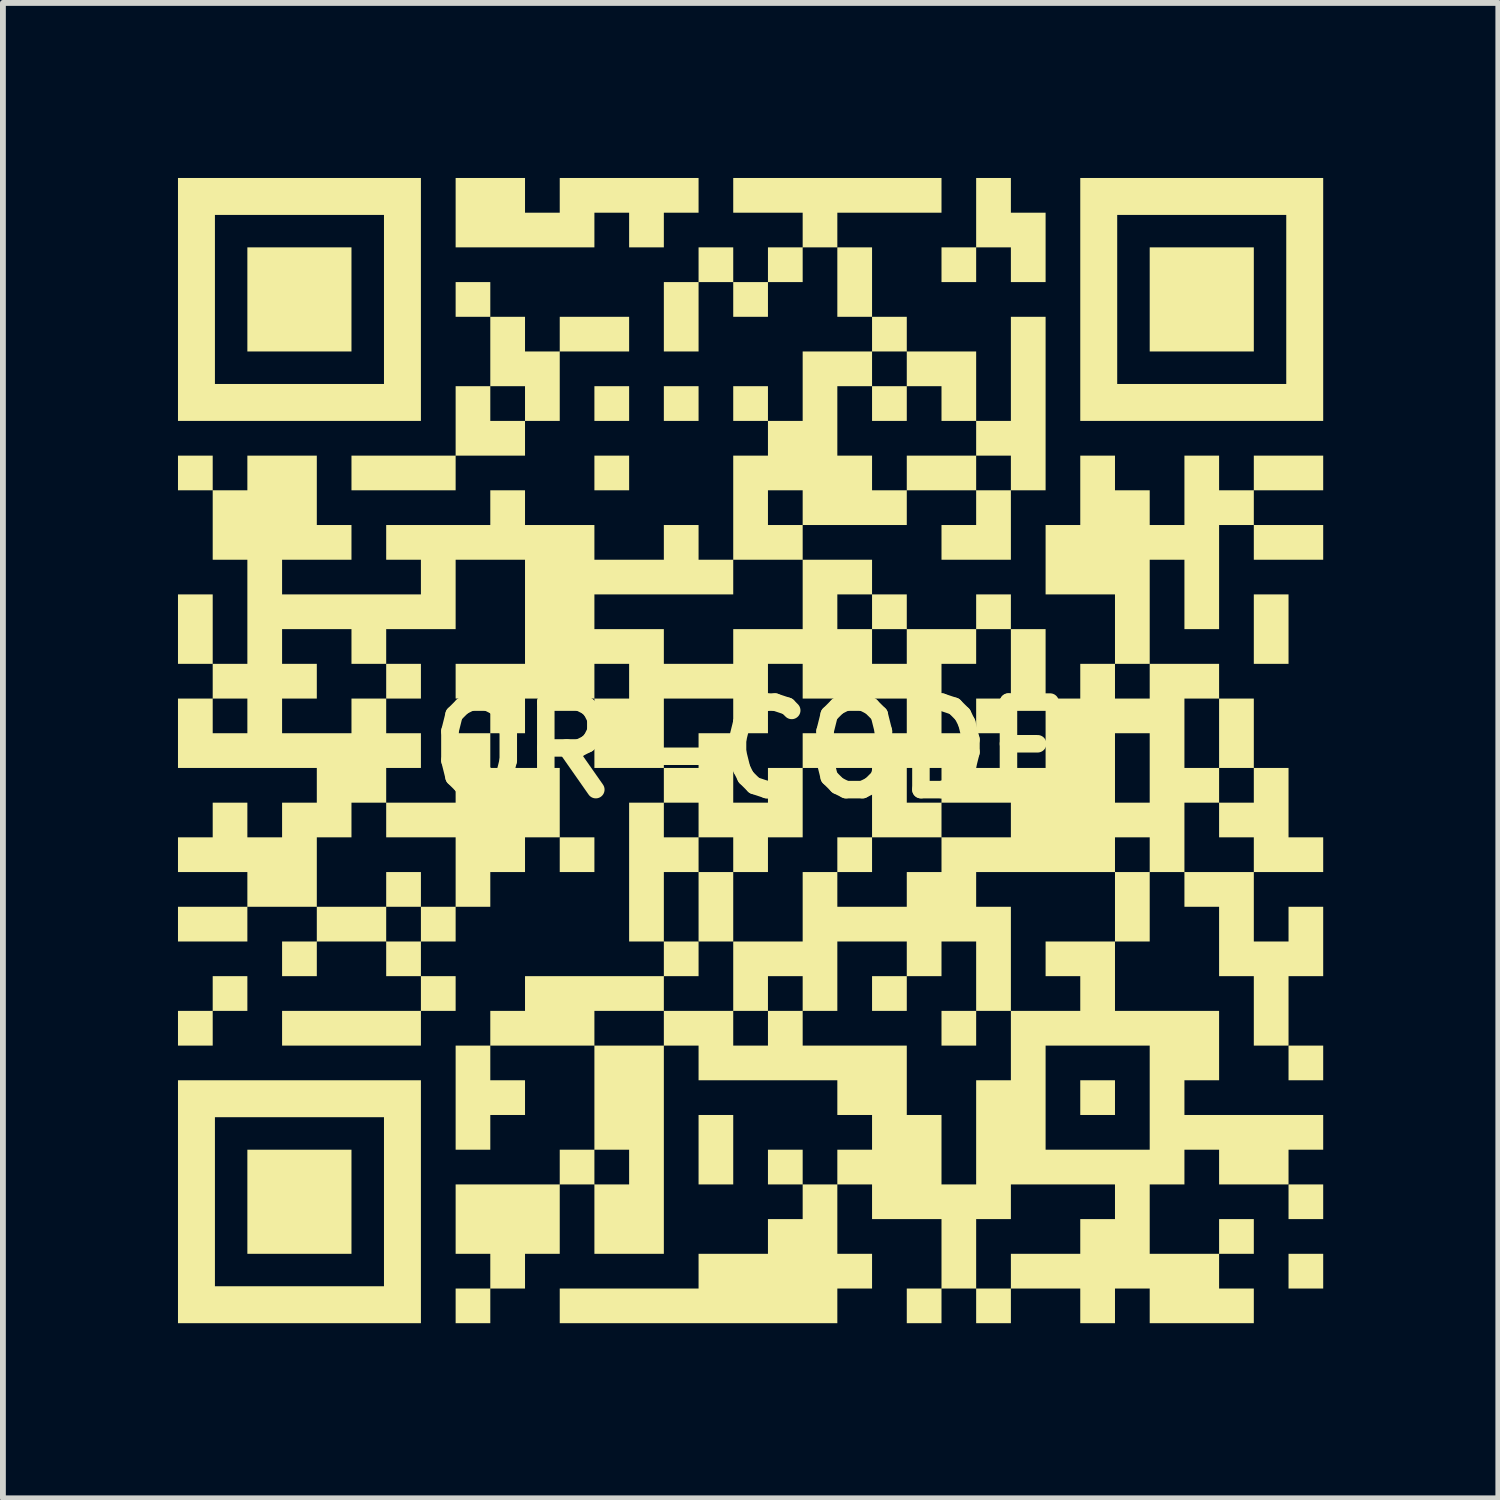
<source format=kicad_pcb>
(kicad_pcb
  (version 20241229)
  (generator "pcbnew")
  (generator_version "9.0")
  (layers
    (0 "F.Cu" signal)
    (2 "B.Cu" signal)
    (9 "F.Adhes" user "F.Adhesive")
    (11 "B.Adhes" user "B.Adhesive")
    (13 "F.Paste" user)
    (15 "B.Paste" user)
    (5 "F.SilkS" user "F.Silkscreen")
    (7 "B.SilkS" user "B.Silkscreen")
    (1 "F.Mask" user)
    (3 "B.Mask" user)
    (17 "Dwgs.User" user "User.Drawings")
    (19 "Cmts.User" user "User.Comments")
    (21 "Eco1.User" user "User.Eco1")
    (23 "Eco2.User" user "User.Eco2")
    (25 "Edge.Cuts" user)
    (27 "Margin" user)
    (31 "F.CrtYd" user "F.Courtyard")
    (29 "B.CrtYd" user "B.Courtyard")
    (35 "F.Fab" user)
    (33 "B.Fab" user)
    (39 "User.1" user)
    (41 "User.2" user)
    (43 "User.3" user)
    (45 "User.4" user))
  (footprint "QR-CODE"
    (layer "F.Cu")
    (at 9.803 9.803)
    (property "Reference" "QR-CODE" (at 0 0 0) (layer "F.SilkS") (effects (font (size 1.5 1.5) (thickness 0.3))))
    (attr board_only exclude_from_pos_files exclude_from_bom)
    (fp_poly (pts (xy -6.83 -7.722) (xy -6.83 -6.83) (xy -7.722 -6.83) (xy -8.614 -6.83) (xy -8.614 -7.722) (xy -8.614 -8.614) (xy -7.722 -8.614) (xy -6.83 -8.614)) (stroke (width 0) (type solid)) (fill yes) (layer "F.SilkS"))
    (fp_poly (pts (xy -6.83 7.741) (xy -6.83 8.633) (xy -7.722 8.633) (xy -8.614 8.633) (xy -8.614 7.741) (xy -8.614 6.849) (xy -7.722 6.849) (xy -6.83 6.849)) (stroke (width 0) (type solid)) (fill yes) (layer "F.SilkS"))
    (fp_poly (pts (xy -5.64 -1.18) (xy -5.64 -0.882) (xy -5.938 -0.882) (xy -6.235 -0.882) (xy -6.235 -1.18) (xy -6.235 -1.477) (xy -5.938 -1.477) (xy -5.64 -1.477)) (stroke (width 0) (type solid)) (fill yes) (layer "F.SilkS"))
    (fp_poly (pts (xy -5.64 2.388) (xy -5.64 2.686) (xy -5.938 2.686) (xy -6.235 2.686) (xy -6.235 2.388) (xy -6.235 2.091) (xy -5.938 2.091) (xy -5.64 2.091)) (stroke (width 0) (type solid)) (fill yes) (layer "F.SilkS"))
    (fp_poly (pts (xy -4.451 -7.722) (xy -4.451 -7.424) (xy -4.748 -7.424) (xy -5.045 -7.424) (xy -5.045 -7.722) (xy -5.045 -8.019) (xy -4.748 -8.019) (xy -4.451 -8.019)) (stroke (width 0) (type solid)) (fill yes) (layer "F.SilkS"))
    (fp_poly (pts (xy -2.667 1.794) (xy -2.667 2.091) (xy -2.964 2.091) (xy -3.261 2.091) (xy -3.261 1.794) (xy -3.261 1.496) (xy -2.964 1.496) (xy -2.667 1.496)) (stroke (width 0) (type solid)) (fill yes) (layer "F.SilkS"))
    (fp_poly (pts (xy -2.072 -5.938) (xy -2.072 -5.64) (xy -2.369 -5.64) (xy -2.667 -5.64) (xy -2.667 -5.938) (xy -2.667 -6.235) (xy -2.369 -6.235) (xy -2.072 -6.235)) (stroke (width 0) (type solid)) (fill yes) (layer "F.SilkS"))
    (fp_poly (pts (xy -2.072 -4.748) (xy -2.072 -4.451) (xy -2.369 -4.451) (xy -2.667 -4.451) (xy -2.667 -4.748) (xy -2.667 -5.045) (xy -2.369 -5.045) (xy -2.072 -5.045)) (stroke (width 0) (type solid)) (fill yes) (layer "F.SilkS"))
    (fp_poly (pts (xy -0.882 -5.938) (xy -0.882 -5.64) (xy -1.18 -5.64) (xy -1.477 -5.64) (xy -1.477 -5.938) (xy -1.477 -6.235) (xy -1.18 -6.235) (xy -0.882 -6.235)) (stroke (width 0) (type solid)) (fill yes) (layer "F.SilkS"))
    (fp_poly (pts (xy -0.288 2.686) (xy -0.288 3.281) (xy -0.585 3.281) (xy -0.882 3.281) (xy -0.882 2.686) (xy -0.882 2.091) (xy -0.585 2.091) (xy -0.288 2.091)) (stroke (width 0) (type solid)) (fill yes) (layer "F.SilkS"))
    (fp_poly (pts (xy -0.288 6.849) (xy -0.288 7.444) (xy -0.585 7.444) (xy -0.882 7.444) (xy -0.882 6.849) (xy -0.882 6.254) (xy -0.585 6.254) (xy -0.288 6.254)) (stroke (width 0) (type solid)) (fill yes) (layer "F.SilkS"))
    (fp_poly (pts (xy 2.091 -8.019) (xy 2.091 -7.424) (xy 1.794 -7.424) (xy 1.496 -7.424) (xy 1.496 -8.019) (xy 1.496 -8.614) (xy 1.794 -8.614) (xy 2.091 -8.614)) (stroke (width 0) (type solid)) (fill yes) (layer "F.SilkS"))
    (fp_poly (pts (xy 2.091 1.794) (xy 2.091 2.091) (xy 1.794 2.091) (xy 1.496 2.091) (xy 1.496 1.794) (xy 1.496 1.496) (xy 1.794 1.496) (xy 2.091 1.496)) (stroke (width 0) (type solid)) (fill yes) (layer "F.SilkS"))
    (fp_poly (pts (xy 2.686 -5.938) (xy 2.686 -5.64) (xy 2.388 -5.64) (xy 2.091 -5.64) (xy 2.091 -5.938) (xy 2.091 -6.235) (xy 2.388 -6.235) (xy 2.686 -6.235)) (stroke (width 0) (type solid)) (fill yes) (layer "F.SilkS"))
    (fp_poly (pts (xy 2.686 4.173) (xy 2.686 4.47) (xy 2.388 4.47) (xy 2.091 4.47) (xy 2.091 4.173) (xy 2.091 3.875) (xy 2.388 3.875) (xy 2.686 3.875)) (stroke (width 0) (type solid)) (fill yes) (layer "F.SilkS"))
    (fp_poly (pts (xy 3.875 4.767) (xy 3.875 5.065) (xy 3.578 5.065) (xy 3.281 5.065) (xy 3.281 4.767) (xy 3.281 4.47) (xy 3.578 4.47) (xy 3.875 4.47)) (stroke (width 0) (type solid)) (fill yes) (layer "F.SilkS"))
    (fp_poly (pts (xy 4.47 -0.585) (xy 4.47 -0.288) (xy 4.173 -0.288) (xy 3.875 -0.288) (xy 3.875 -0.585) (xy 3.875 -0.882) (xy 4.173 -0.882) (xy 4.47 -0.882)) (stroke (width 0) (type solid)) (fill yes) (layer "F.SilkS"))
    (fp_poly (pts (xy 6.254 5.957) (xy 6.254 6.254) (xy 5.957 6.254) (xy 5.659 6.254) (xy 5.659 5.957) (xy 5.659 5.659) (xy 5.957 5.659) (xy 6.254 5.659)) (stroke (width 0) (type solid)) (fill yes) (layer "F.SilkS"))
    (fp_poly (pts (xy 8.633 -7.722) (xy 8.633 -6.83) (xy 7.741 -6.83) (xy 6.849 -6.83) (xy 6.849 -7.722) (xy 6.849 -8.614) (xy 7.741 -8.614) (xy 8.633 -8.614)) (stroke (width 0) (type solid)) (fill yes) (layer "F.SilkS"))
    (fp_poly (pts (xy 9.228 -2.072) (xy 9.228 -1.477) (xy 8.93 -1.477) (xy 8.633 -1.477) (xy 8.633 -2.072) (xy 8.633 -2.667) (xy 8.93 -2.667) (xy 9.228 -2.667)) (stroke (width 0) (type solid)) (fill yes) (layer "F.SilkS"))
    (fp_poly (pts (xy 9.822 -3.559) (xy 9.822 -3.261) (xy 9.228 -3.261) (xy 8.633 -3.261) (xy 8.633 -3.559) (xy 8.633 -3.856) (xy 9.228 -3.856) (xy 9.822 -3.856)) (stroke (width 0) (type solid)) (fill yes) (layer "F.SilkS"))
    (fp_poly (pts (xy 9.822 5.362) (xy 9.822 5.659) (xy 9.525 5.659) (xy 9.228 5.659) (xy 9.228 5.362) (xy 9.228 5.065) (xy 9.525 5.065) (xy 9.822 5.065)) (stroke (width 0) (type solid)) (fill yes) (layer "F.SilkS"))
    (fp_poly (pts (xy 9.822 7.741) (xy 9.822 8.038) (xy 9.525 8.038) (xy 9.228 8.038) (xy 9.228 7.741) (xy 9.228 7.444) (xy 9.525 7.444) (xy 9.822 7.444)) (stroke (width 0) (type solid)) (fill yes) (layer "F.SilkS"))
    (fp_poly (pts (xy 9.822 8.93) (xy 9.822 9.228) (xy 9.525 9.228) (xy 9.228 9.228) (xy 9.228 8.93) (xy 9.228 8.633) (xy 9.525 8.633) (xy 9.822 8.633)) (stroke (width 0) (type solid)) (fill yes) (layer "F.SilkS"))
    (fp_poly (pts (xy -8.614 4.173) (xy -8.614 4.47) (xy -8.911 4.47) (xy -9.208 4.47) (xy -9.208 4.767) (xy -9.208 5.065) (xy -9.506 5.065) (xy -9.803 5.065) (xy -9.803 4.767) (xy -9.803 4.47) (xy -9.506 4.47) (xy -9.208 4.47) (xy -9.208 4.173) (xy -9.208 3.875) (xy -8.911 3.875) (xy -8.614 3.875)) (stroke (width 0) (type solid)) (fill yes) (layer "F.SilkS"))
    (fp_poly (pts (xy -5.045 4.173) (xy -5.045 4.47) (xy -5.343 4.47) (xy -5.64 4.47) (xy -5.64 4.767) (xy -5.64 5.065) (xy -6.83 5.065) (xy -8.019 5.065) (xy -8.019 4.767) (xy -8.019 4.47) (xy -6.83 4.47) (xy -5.64 4.47) (xy -5.64 4.173) (xy -5.64 3.875) (xy -5.343 3.875) (xy -5.045 3.875)) (stroke (width 0) (type solid)) (fill yes) (layer "F.SilkS"))
    (fp_poly (pts (xy -5.64 -7.722) (xy -5.64 -5.64) (xy -7.722 -5.64) (xy -9.803 -5.64) (xy -9.803 -7.722) (xy -9.803 -9.17) (xy -9.17 -9.17) (xy -9.17 -7.722) (xy -9.17 -6.273) (xy -7.722 -6.273) (xy -6.273 -6.273) (xy -6.273 -7.722) (xy -6.273 -9.17) (xy -7.722 -9.17) (xy -9.17 -9.17) (xy -9.803 -9.17) (xy -9.803 -9.803) (xy -7.722 -9.803) (xy -5.64 -9.803)) (stroke (width 0) (type solid)) (fill yes) (layer "F.SilkS"))
    (fp_poly (pts (xy -5.64 7.741) (xy -5.64 9.822) (xy -7.722 9.822) (xy -9.803 9.822) (xy -9.803 7.741) (xy -9.803 6.292) (xy -9.17 6.292) (xy -9.17 7.741) (xy -9.17 9.189) (xy -7.722 9.189) (xy -6.273 9.189) (xy -6.273 7.741) (xy -6.273 6.292) (xy -7.722 6.292) (xy -9.17 6.292) (xy -9.803 6.292) (xy -9.803 5.659) (xy -7.722 5.659) (xy -5.64 5.659)) (stroke (width 0) (type solid)) (fill yes) (layer "F.SilkS"))
    (fp_poly (pts (xy 9.822 -7.722) (xy 9.822 -5.64) (xy 7.741 -5.64) (xy 5.659 -5.64) (xy 5.659 -7.722) (xy 5.659 -9.17) (xy 6.292 -9.17) (xy 6.292 -7.722) (xy 6.292 -6.273) (xy 7.741 -6.273) (xy 9.189 -6.273) (xy 9.189 -7.722) (xy 9.189 -9.17) (xy 7.741 -9.17) (xy 6.292 -9.17) (xy 5.659 -9.17) (xy 5.659 -9.803) (xy 7.741 -9.803) (xy 9.822 -9.803)) (stroke (width 0) (type solid)) (fill yes) (layer "F.SilkS"))
    (fp_poly (pts (xy 4.47 -9.506) (xy 4.47 -9.208) (xy 4.767 -9.208) (xy 5.065 -9.208) (xy 5.065 -8.614) (xy 5.065 -8.019) (xy 4.767 -8.019) (xy 4.47 -8.019) (xy 4.47 -8.316) (xy 4.47 -8.614) (xy 4.173 -8.614) (xy 3.875 -8.614) (xy 3.875 -8.316) (xy 3.875 -8.019) (xy 3.578 -8.019) (xy 3.281 -8.019) (xy 3.281 -8.316) (xy 3.281 -8.614) (xy 3.578 -8.614) (xy 3.875 -8.614) (xy 3.875 -9.208) (xy 3.875 -9.803) (xy 4.173 -9.803) (xy 4.47 -9.803)) (stroke (width 0) (type solid)) (fill yes) (layer "F.SilkS"))
    (fp_poly (pts (xy -3.856 -9.506) (xy -3.856 -9.208) (xy -3.559 -9.208) (xy -3.261 -9.208) (xy -3.261 -9.506) (xy -3.261 -9.803) (xy -2.072 -9.803) (xy -0.882 -9.803) (xy -0.882 -9.506) (xy -0.882 -9.208) (xy -1.18 -9.208) (xy -1.477 -9.208) (xy -1.477 -8.911) (xy -1.477 -8.614) (xy -1.775 -8.614) (xy -2.072 -8.614) (xy -2.072 -8.911) (xy -2.072 -9.208) (xy -2.369 -9.208) (xy -2.667 -9.208) (xy -2.667 -8.911) (xy -2.667 -8.614) (xy -3.856 -8.614) (xy -5.045 -8.614) (xy -5.045 -9.208) (xy -5.045 -9.803) (xy -4.451 -9.803) (xy -3.856 -9.803)) (stroke (width 0) (type solid)) (fill yes) (layer "F.SilkS"))
    (fp_poly (pts (xy -3.856 -7.127) (xy -3.856 -6.83) (xy -3.559 -6.83) (xy -3.261 -6.83) (xy -3.261 -7.127) (xy -3.261 -7.424) (xy -2.667 -7.424) (xy -2.072 -7.424) (xy -2.072 -7.127) (xy -2.072 -6.83) (xy -2.667 -6.83) (xy -3.261 -6.83) (xy -3.261 -6.235) (xy -3.261 -5.64) (xy -3.559 -5.64) (xy -3.856 -5.64) (xy -3.856 -5.343) (xy -3.856 -5.045) (xy -4.451 -5.045) (xy -5.045 -5.045) (xy -5.045 -4.748) (xy -5.045 -4.451) (xy -5.938 -4.451) (xy -6.83 -4.451) (xy -6.83 -4.748) (xy -6.83 -5.045) (xy -5.938 -5.045) (xy -5.045 -5.045) (xy -5.045 -5.64) (xy -5.045 -6.235) (xy -4.748 -6.235) (xy -4.451 -6.235) (xy -4.451 -5.938) (xy -4.451 -5.64) (xy -4.153 -5.64) (xy -3.856 -5.64) (xy -3.856 -5.938) (xy -3.856 -6.235) (xy -4.153 -6.235) (xy -4.451 -6.235) (xy -4.451 -6.83) (xy -4.451 -7.424) (xy -4.153 -7.424) (xy -3.856 -7.424)) (stroke (width 0) (type solid)) (fill yes) (layer "F.SilkS"))
    (fp_poly (pts (xy 3.281 -9.506) (xy 3.281 -9.208) (xy 2.388 -9.208) (xy 1.496 -9.208) (xy 1.496 -8.911) (xy 1.496 -8.614) (xy 1.199 -8.614) (xy 0.902 -8.614) (xy 0.902 -8.316) (xy 0.902 -8.019) (xy 0.604 -8.019) (xy 0.307 -8.019) (xy 0.307 -7.722) (xy 0.307 -7.424) (xy 0.01 -7.424) (xy -0.288 -7.424) (xy -0.288 -7.722) (xy -0.288 -8.019) (xy -0.585 -8.019) (xy -0.882 -8.019) (xy -0.882 -7.424) (xy -0.882 -6.83) (xy -1.18 -6.83) (xy -1.477 -6.83) (xy -1.477 -7.424) (xy -1.477 -8.019) (xy -1.18 -8.019) (xy -0.882 -8.019) (xy -0.882 -8.316) (xy -0.882 -8.614) (xy -0.585 -8.614) (xy -0.288 -8.614) (xy -0.288 -8.316) (xy -0.288 -8.019) (xy 0.01 -8.019) (xy 0.307 -8.019) (xy 0.307 -8.316) (xy 0.307 -8.614) (xy 0.604 -8.614) (xy 0.902 -8.614) (xy 0.902 -8.911) (xy 0.902 -9.208) (xy 0.307 -9.208) (xy -0.288 -9.208) (xy -0.288 -9.506) (xy -0.288 -9.803) (xy 1.496 -9.803) (xy 3.281 -9.803)) (stroke (width 0) (type solid)) (fill yes) (layer "F.SilkS"))
    (fp_poly (pts (xy 2.686 -7.127) (xy 2.686 -6.83) (xy 2.388 -6.83) (xy 2.091 -6.83) (xy 2.091 -6.532) (xy 2.091 -6.235) (xy 1.794 -6.235) (xy 1.496 -6.235) (xy 1.496 -5.64) (xy 1.496 -5.045) (xy 1.794 -5.045) (xy 2.091 -5.045) (xy 2.091 -4.748) (xy 2.091 -4.451) (xy 2.388 -4.451) (xy 2.686 -4.451) (xy 2.686 -4.748) (xy 2.686 -5.045) (xy 3.281 -5.045) (xy 3.875 -5.045) (xy 3.875 -4.748) (xy 3.875 -4.451) (xy 4.173 -4.451) (xy 4.47 -4.451) (xy 4.47 -4.748) (xy 4.47 -5.045) (xy 4.173 -5.045) (xy 3.875 -5.045) (xy 3.875 -5.343) (xy 3.875 -5.64) (xy 3.578 -5.64) (xy 3.281 -5.64) (xy 3.281 -5.938) (xy 3.281 -6.235) (xy 2.983 -6.235) (xy 2.686 -6.235) (xy 2.686 -6.532) (xy 2.686 -6.83) (xy 3.281 -6.83) (xy 3.875 -6.83) (xy 3.875 -6.235) (xy 3.875 -5.64) (xy 4.173 -5.64) (xy 4.47 -5.64) (xy 4.47 -6.532) (xy 4.47 -7.424) (xy 4.767 -7.424) (xy 5.065 -7.424) (xy 5.065 -5.938) (xy 5.065 -4.451) (xy 4.767 -4.451) (xy 4.47 -4.451) (xy 4.47 -3.856) (xy 4.47 -3.261) (xy 3.875 -3.261) (xy 3.281 -3.261) (xy 3.281 -3.559) (xy 3.281 -3.856) (xy 3.578 -3.856) (xy 3.875 -3.856) (xy 3.875 -4.153) (xy 3.875 -4.451) (xy 3.281 -4.451) (xy 2.686 -4.451) (xy 2.686 -4.153) (xy 2.686 -3.856) (xy 1.794 -3.856) (xy 0.902 -3.856) (xy 0.902 -3.559) (xy 0.902 -3.261) (xy 0.307 -3.261) (xy -0.288 -3.261) (xy -0.288 -2.964) (xy -0.288 -2.667) (xy -1.477 -2.667) (xy -2.667 -2.667) (xy -2.667 -2.369) (xy -2.667 -2.072) (xy -2.072 -2.072) (xy -1.477 -2.072) (xy -1.477 -1.775) (xy -1.477 -1.477) (xy -0.882 -1.477) (xy -0.288 -1.477) (xy -0.288 -1.775) (xy -0.288 -2.072) (xy 0.307 -2.072) (xy 0.902 -2.072) (xy 0.902 -2.667) (xy 0.902 -3.261) (xy 1.496 -3.261) (xy 2.091 -3.261) (xy 2.091 -2.964) (xy 2.091 -2.667) (xy 1.794 -2.667) (xy 1.496 -2.667) (xy 1.496 -2.369) (xy 1.496 -2.072) (xy 1.794 -2.072) (xy 2.091 -2.072) (xy 2.091 -1.775) (xy 2.091 -1.477) (xy 2.388 -1.477) (xy 2.686 -1.477) (xy 2.686 -1.775) (xy 2.686 -2.072) (xy 2.388 -2.072) (xy 2.091 -2.072) (xy 2.091 -2.369) (xy 2.091 -2.667) (xy 2.388 -2.667) (xy 2.686 -2.667) (xy 2.686 -2.369) (xy 2.686 -2.072) (xy 3.281 -2.072) (xy 3.875 -2.072) (xy 3.875 -2.369) (xy 3.875 -2.667) (xy 4.173 -2.667) (xy 4.47 -2.667) (xy 4.47 -2.369) (xy 4.47 -2.072) (xy 4.173 -2.072) (xy 3.875 -2.072) (xy 3.875 -1.775) (xy 3.875 -1.477) (xy 3.578 -1.477) (xy 3.281 -1.477) (xy 3.281 -0.882) (xy 3.281 -0.288) (xy 3.578 -0.288) (xy 3.875 -0.288) (xy 3.875 0.01) (xy 3.875 0.307) (xy 4.47 0.307) (xy 5.065 0.307) (xy 5.065 -0.288) (xy 6.254 -0.288) (xy 6.254 0.307) (xy 6.254 0.902) (xy 6.551 0.902) (xy 6.849 0.902) (xy 6.849 0.307) (xy 6.849 -0.288) (xy 6.551 -0.288) (xy 6.254 -0.288) (xy 5.065 -0.288) (xy 5.065 -0.882) (xy 4.767 -0.882) (xy 4.47 -0.882) (xy 4.47 -1.477) (xy 4.47 -2.072) (xy 4.767 -2.072) (xy 5.065 -2.072) (xy 5.065 -1.477) (xy 5.065 -0.882) (xy 5.362 -0.882) (xy 5.659 -0.882) (xy 5.659 -1.18) (xy 5.659 -1.477) (xy 5.957 -1.477) (xy 6.254 -1.477) (xy 6.254 -2.072) (xy 6.254 -2.667) (xy 5.659 -2.667) (xy 5.065 -2.667) (xy 5.065 -3.261) (xy 5.065 -3.856) (xy 5.362 -3.856) (xy 5.659 -3.856) (xy 5.659 -4.451) (xy 5.659 -5.045) (xy 5.957 -5.045) (xy 6.254 -5.045) (xy 6.254 -4.748) (xy 6.254 -4.451) (xy 6.551 -4.451) (xy 6.849 -4.451) (xy 6.849 -4.153) (xy 6.849 -3.856) (xy 7.146 -3.856) (xy 7.444 -3.856) (xy 7.444 -4.451) (xy 7.444 -5.045) (xy 7.741 -5.045) (xy 8.038 -5.045) (xy 8.038 -4.748) (xy 8.038 -4.451) (xy 8.336 -4.451) (xy 8.633 -4.451) (xy 8.633 -4.748) (xy 8.633 -5.045) (xy 9.228 -5.045) (xy 9.822 -5.045) (xy 9.822 -4.748) (xy 9.822 -4.451) (xy 9.228 -4.451) (xy 8.633 -4.451) (xy 8.633 -4.153) (xy 8.633 -3.856) (xy 8.336 -3.856) (xy 8.038 -3.856) (xy 8.038 -2.964) (xy 8.038 -2.072) (xy 7.741 -2.072) (xy 7.444 -2.072) (xy 7.444 -2.667) (xy 7.444 -3.261) (xy 7.146 -3.261) (xy 6.849 -3.261) (xy 6.849 -2.369) (xy 6.849 -1.477) (xy 6.551 -1.477) (xy 6.254 -1.477) (xy 6.254 -1.18) (xy 6.254 -0.882) (xy 6.551 -0.882) (xy 6.849 -0.882) (xy 6.849 -1.18) (xy 6.849 -1.477) (xy 7.444 -1.477) (xy 8.038 -1.477) (xy 8.038 -1.18) (xy 8.038 -0.882) (xy 7.741 -0.882) (xy 7.444 -0.882) (xy 7.444 -0.288) (xy 7.444 0.307) (xy 7.741 0.307) (xy 8.038 0.307) (xy 8.038 -0.288) (xy 8.038 -0.882) (xy 8.336 -0.882) (xy 8.633 -0.882) (xy 8.633 -0.288) (xy 8.633 0.307) (xy 8.336 0.307) (xy 8.038 0.307) (xy 8.038 0.604) (xy 8.038 0.902) (xy 7.741 0.902) (xy 7.444 0.902) (xy 7.444 1.496) (xy 7.444 2.091) (xy 8.038 2.091) (xy 8.633 2.091) (xy 8.633 1.794) (xy 8.633 1.496) (xy 8.336 1.496) (xy 8.038 1.496) (xy 8.038 1.199) (xy 8.038 0.902) (xy 8.336 0.902) (xy 8.633 0.902) (xy 8.633 0.604) (xy 8.633 0.307) (xy 8.93 0.307) (xy 9.228 0.307) (xy 9.228 0.902) (xy 9.228 1.496) (xy 9.525 1.496) (xy 9.822 1.496) (xy 9.822 1.794) (xy 9.822 2.091) (xy 9.228 2.091) (xy 8.633 2.091) (xy 8.633 2.686) (xy 8.633 3.281) (xy 8.93 3.281) (xy 9.228 3.281) (xy 9.228 2.983) (xy 9.228 2.686) (xy 9.525 2.686) (xy 9.822 2.686) (xy 9.822 3.281) (xy 9.822 3.875) (xy 9.525 3.875) (xy 9.228 3.875) (xy 9.228 4.47) (xy 9.228 5.065) (xy 8.93 5.065) (xy 8.633 5.065) (xy 8.633 4.47) (xy 8.633 3.875) (xy 8.336 3.875) (xy 8.038 3.875) (xy 8.038 3.281) (xy 8.038 2.686) (xy 7.741 2.686) (xy 7.444 2.686) (xy 7.444 2.388) (xy 7.444 2.091) (xy 7.146 2.091) (xy 6.849 2.091) (xy 6.849 2.686) (xy 6.849 3.281) (xy 6.551 3.281) (xy 6.254 3.281) (xy 6.254 3.875) (xy 6.254 4.47) (xy 7.146 4.47) (xy 8.038 4.47) (xy 8.038 5.065) (xy 8.038 5.659) (xy 7.741 5.659) (xy 7.444 5.659) (xy 7.444 5.957) (xy 7.444 6.254) (xy 8.633 6.254) (xy 9.822 6.254) (xy 9.822 6.551) (xy 9.822 6.849) (xy 9.525 6.849) (xy 9.228 6.849) (xy 9.228 7.146) (xy 9.228 7.444) (xy 8.633 7.444) (xy 8.038 7.444) (xy 8.038 7.146) (xy 8.038 6.849) (xy 7.741 6.849) (xy 7.444 6.849) (xy 7.444 7.146) (xy 7.444 7.444) (xy 7.146 7.444) (xy 6.849 7.444) (xy 6.849 8.038) (xy 6.849 8.633) (xy 7.444 8.633) (xy 8.038 8.633) (xy 8.038 8.336) (xy 8.038 8.038) (xy 8.336 8.038) (xy 8.633 8.038) (xy 8.633 8.336) (xy 8.633 8.633) (xy 8.336 8.633) (xy 8.038 8.633) (xy 8.038 8.93) (xy 8.038 9.228) (xy 8.336 9.228) (xy 8.633 9.228) (xy 8.633 9.525) (xy 8.633 9.822) (xy 7.741 9.822) (xy 6.849 9.822) (xy 6.849 9.525) (xy 6.849 9.228) (xy 6.551 9.228) (xy 6.254 9.228) (xy 6.254 9.525) (xy 6.254 9.822) (xy 5.957 9.822) (xy 5.659 9.822) (xy 5.659 9.525) (xy 5.659 9.228) (xy 5.065 9.228) (xy 4.47 9.228) (xy 4.47 9.525) (xy 4.47 9.822) (xy 4.173 9.822) (xy 3.875 9.822) (xy 3.875 9.525) (xy 3.875 9.228) (xy 4.173 9.228) (xy 4.47 9.228) (xy 4.47 8.93) (xy 4.47 8.633) (xy 5.065 8.633) (xy 5.659 8.633) (xy 5.659 8.336) (xy 5.659 8.038) (xy 5.957 8.038) (xy 6.254 8.038) (xy 6.254 7.741) (xy 6.254 7.444) (xy 5.362 7.444) (xy 4.47 7.444) (xy 4.47 7.741) (xy 4.47 8.038) (xy 4.173 8.038) (xy 3.875 8.038) (xy 3.875 8.633) (xy 3.875 9.228) (xy 3.578 9.228) (xy 3.281 9.228) (xy 3.281 9.525) (xy 3.281 9.822) (xy 2.983 9.822) (xy 2.686 9.822) (xy 2.686 9.525) (xy 2.686 9.228) (xy 2.983 9.228) (xy 3.281 9.228) (xy 3.281 8.633) (xy 3.281 8.038) (xy 2.686 8.038) (xy 2.091 8.038) (xy 2.091 7.741) (xy 2.091 7.444) (xy 1.794 7.444) (xy 1.496 7.444) (xy 1.496 8.038) (xy 1.496 8.633) (xy 1.794 8.633) (xy 2.091 8.633) (xy 2.091 8.93) (xy 2.091 9.228) (xy 1.794 9.228) (xy 1.496 9.228) (xy 1.496 9.525) (xy 1.496 9.822) (xy -0.882 9.822) (xy -3.261 9.822) (xy -3.261 9.525) (xy -3.261 9.228) (xy -2.072 9.228) (xy -0.882 9.228) (xy -0.882 8.93) (xy -0.882 8.633) (xy -0.288 8.633) (xy 0.307 8.633) (xy 0.307 8.336) (xy 0.307 8.038) (xy 0.604 8.038) (xy 0.902 8.038) (xy 0.902 7.741) (xy 0.902 7.444) (xy 0.604 7.444) (xy 0.307 7.444) (xy 0.307 7.146) (xy 0.307 6.849) (xy 0.604 6.849) (xy 0.902 6.849) (xy 0.902 7.146) (xy 0.902 7.444) (xy 1.199 7.444) (xy 1.496 7.444) (xy 1.496 7.146) (xy 1.496 6.849) (xy 1.794 6.849) (xy 2.091 6.849) (xy 2.091 6.551) (xy 2.091 6.254) (xy 1.794 6.254) (xy 1.496 6.254) (xy 1.496 5.957) (xy 1.496 5.659) (xy 0.307 5.659) (xy -0.882 5.659) (xy -0.882 5.362) (xy -0.882 5.065) (xy -1.18 5.065) (xy -1.477 5.065) (xy -1.477 6.849) (xy -1.477 8.633) (xy -2.072 8.633) (xy -2.667 8.633) (xy -2.667 8.038) (xy -2.667 7.444) (xy -2.964 7.444) (xy -3.261 7.444) (xy -3.261 8.038) (xy -3.261 8.633) (xy -3.559 8.633) (xy -3.856 8.633) (xy -3.856 8.93) (xy -3.856 9.228) (xy -4.153 9.228) (xy -4.451 9.228) (xy -4.451 9.525) (xy -4.451 9.822) (xy -4.748 9.822) (xy -5.045 9.822) (xy -5.045 9.525) (xy -5.045 9.228) (xy -4.748 9.228) (xy -4.451 9.228) (xy -4.451 8.93) (xy -4.451 8.633) (xy -4.748 8.633) (xy -5.045 8.633) (xy -5.045 8.038) (xy -5.045 7.444) (xy -4.153 7.444) (xy -3.261 7.444) (xy -3.261 7.146) (xy -3.261 6.849) (xy -2.964 6.849) (xy -2.667 6.849) (xy -2.667 7.146) (xy -2.667 7.444) (xy -2.369 7.444) (xy -2.072 7.444) (xy -2.072 7.146) (xy -2.072 6.849) (xy -2.369 6.849) (xy -2.667 6.849) (xy -2.667 5.957) (xy -2.667 5.065) (xy -3.559 5.065) (xy -4.451 5.065) (xy -4.451 5.362) (xy -4.451 5.659) (xy -4.153 5.659) (xy -3.856 5.659) (xy -3.856 5.957) (xy -3.856 6.254) (xy -4.153 6.254) (xy -4.451 6.254) (xy -4.451 6.551) (xy -4.451 6.849) (xy -4.748 6.849) (xy -5.045 6.849) (xy -5.045 5.957) (xy -5.045 5.065) (xy -4.748 5.065) (xy -4.451 5.065) (xy -4.451 4.767) (xy -4.451 4.47) (xy -4.153 4.47) (xy -3.856 4.47) (xy -3.856 4.173) (xy -3.856 3.875) (xy -2.667 3.875) (xy -1.477 3.875) (xy -1.477 3.578) (xy -1.477 3.281) (xy -1.18 3.281) (xy -0.882 3.281) (xy -0.882 3.578) (xy -0.882 3.875) (xy -1.18 3.875) (xy -1.477 3.875) (xy -1.477 4.173) (xy -1.477 4.47) (xy -2.072 4.47) (xy -2.667 4.47) (xy -2.667 4.767) (xy -2.667 5.065) (xy -2.072 5.065) (xy -1.477 5.065) (xy -1.477 4.767) (xy -1.477 4.47) (xy -0.882 4.47) (xy -0.288 4.47) (xy -0.288 4.767) (xy -0.288 5.065) (xy 0.01 5.065) (xy 0.307 5.065) (xy 0.307 4.767) (xy 0.307 4.47) (xy 0.604 4.47) (xy 0.902 4.47) (xy 0.902 4.767) (xy 0.902 5.065) (xy 1.794 5.065) (xy 2.686 5.065) (xy 2.686 5.659) (xy 2.686 6.254) (xy 2.983 6.254) (xy 3.281 6.254) (xy 3.281 6.849) (xy 3.281 7.444) (xy 3.578 7.444) (xy 3.875 7.444) (xy 3.875 6.551) (xy 3.875 5.659) (xy 4.173 5.659) (xy 4.47 5.659) (xy 4.47 5.065) (xy 5.065 5.065) (xy 5.065 5.957) (xy 5.065 6.849) (xy 5.957 6.849) (xy 6.849 6.849) (xy 6.849 5.957) (xy 6.849 5.065) (xy 5.957 5.065) (xy 5.065 5.065) (xy 4.47 5.065) (xy 4.47 4.47) (xy 5.065 4.47) (xy 5.659 4.47) (xy 5.659 4.173) (xy 5.659 3.875) (xy 5.362 3.875) (xy 5.065 3.875) (xy 5.065 3.578) (xy 5.065 3.281) (xy 5.659 3.281) (xy 6.254 3.281) (xy 6.254 2.686) (xy 6.254 2.091) (xy 6.551 2.091) (xy 6.849 2.091) (xy 6.849 1.794) (xy 6.849 1.496) (xy 6.551 1.496) (xy 6.254 1.496) (xy 6.254 1.794) (xy 6.254 2.091) (xy 5.065 2.091) (xy 3.875 2.091) (xy 3.875 2.388) (xy 3.875 2.686) (xy 4.173 2.686) (xy 4.47 2.686) (xy 4.47 3.578) (xy 4.47 4.47) (xy 4.173 4.47) (xy 3.875 4.47) (xy 3.875 3.875) (xy 3.875 3.281) (xy 3.578 3.281) (xy 3.281 3.281) (xy 3.281 3.578) (xy 3.281 3.875) (xy 2.983 3.875) (xy 2.686 3.875) (xy 2.686 3.578) (xy 2.686 3.281) (xy 2.091 3.281) (xy 1.496 3.281) (xy 1.496 3.875) (xy 1.496 4.47) (xy 1.199 4.47) (xy 0.902 4.47) (xy 0.902 4.173) (xy 0.902 3.875) (xy 0.604 3.875) (xy 0.307 3.875) (xy 0.307 4.173) (xy 0.307 4.47) (xy 0.01 4.47) (xy -0.288 4.47) (xy -0.288 3.875) (xy -0.288 3.281) (xy 0.307 3.281) (xy 0.902 3.281) (xy 0.902 2.686) (xy 0.902 2.091) (xy 1.199 2.091) (xy 1.496 2.091) (xy 1.496 2.388) (xy 1.496 2.686) (xy 2.091 2.686) (xy 2.686 2.686) (xy 2.686 2.388) (xy 2.686 2.091) (xy 2.983 2.091) (xy 3.281 2.091) (xy 3.281 1.794) (xy 3.281 1.496) (xy 3.875 1.496) (xy 4.47 1.496) (xy 4.47 1.199) (xy 4.47 0.902) (xy 3.875 0.902) (xy 3.281 0.902) (xy 3.281 1.199) (xy 3.281 1.496) (xy 2.686 1.496) (xy 2.091 1.496) (xy 2.091 0.902) (xy 2.091 0.307) (xy 2.686 0.307) (xy 2.686 0.604) (xy 2.686 0.902) (xy 2.983 0.902) (xy 3.281 0.902) (xy 3.281 0.604) (xy 3.281 0.307) (xy 2.983 0.307) (xy 2.686 0.307) (xy 2.091 0.307) (xy 1.496 0.307) (xy 0.902 0.307) (xy 0.902 0.902) (xy 0.902 1.496) (xy 0.604 1.496) (xy 0.307 1.496) (xy 0.307 1.794) (xy 0.307 2.091) (xy 0.01 2.091) (xy -0.288 2.091) (xy -0.288 1.794) (xy -0.288 1.496) (xy -0.585 1.496) (xy -0.882 1.496) (xy -0.882 1.794) (xy -0.882 2.091) (xy -1.18 2.091) (xy -1.477 2.091) (xy -1.477 2.686) (xy -1.477 3.281) (xy -1.775 3.281) (xy -2.072 3.281) (xy -2.072 2.091) (xy -2.072 0.902) (xy -1.775 0.902) (xy -1.477 0.902) (xy -1.477 1.199) (xy -1.477 1.496) (xy -1.18 1.496) (xy -0.882 1.496) (xy -0.882 1.199) (xy -0.882 0.902) (xy -1.18 0.902) (xy -1.477 0.902) (xy -1.477 0.604) (xy -1.477 0.307) (xy -1.18 0.307) (xy -0.882 0.307) (xy -0.882 0.01) (xy -0.882 -0.288) (xy -0.585 -0.288) (xy -0.288 -0.288) (xy -0.288 0.307) (xy -0.288 0.902) (xy 0.01 0.902) (xy 0.307 0.902) (xy 0.307 0.604) (xy 0.307 0.307) (xy 0.604 0.307) (xy 0.902 0.307) (xy 0.902 0.01) (xy 0.902 -0.288) (xy 1.794 -0.288) (xy 2.686 -0.288) (xy 2.686 -0.585) (xy 2.686 -0.882) (xy 1.794 -0.882) (xy 0.902 -0.882) (xy 0.902 -1.18) (xy 0.902 -1.477) (xy 0.604 -1.477) (xy 0.307 -1.477) (xy 0.307 -0.882) (xy 0.307 -0.288) (xy 0.01 -0.288) (xy -0.288 -0.288) (xy -0.288 -0.585) (xy -0.288 -0.882) (xy -0.882 -0.882) (xy -1.477 -0.882) (xy -1.477 -0.288) (xy -1.477 0.307) (xy -2.072 0.307) (xy -2.667 0.307) (xy -2.667 -0.288) (xy -2.667 -0.882) (xy -3.261 -0.882) (xy -3.856 -0.882) (xy -3.856 -0.585) (xy -3.856 -0.288) (xy -4.153 -0.288) (xy -4.451 -0.288) (xy -4.451 0.01) (xy -4.451 0.307) (xy -3.856 0.307) (xy -3.261 0.307) (xy -3.261 0.902) (xy -3.261 1.496) (xy -3.559 1.496) (xy -3.856 1.496) (xy -3.856 1.794) (xy -3.856 2.091) (xy -4.153 2.091) (xy -4.451 2.091) (xy -4.451 2.388) (xy -4.451 2.686) (xy -4.748 2.686) (xy -5.045 2.686) (xy -5.045 2.983) (xy -5.045 3.281) (xy -5.343 3.281) (xy -5.64 3.281) (xy -5.64 3.578) (xy -5.64 3.875) (xy -5.938 3.875) (xy -6.235 3.875) (xy -6.235 3.578) (xy -6.235 3.281) (xy -6.83 3.281) (xy -7.424 3.281) (xy -7.424 3.578) (xy -7.424 3.875) (xy -7.722 3.875) (xy -8.019 3.875) (xy -8.019 3.578) (xy -8.019 3.281) (xy -7.722 3.281) (xy -7.424 3.281) (xy -7.424 2.983) (xy -7.424 2.686) (xy -6.83 2.686) (xy -6.235 2.686) (xy -6.235 2.983) (xy -6.235 3.281) (xy -5.938 3.281) (xy -5.64 3.281) (xy -5.64 2.983) (xy -5.64 2.686) (xy -5.343 2.686) (xy -5.045 2.686) (xy -5.045 2.091) (xy -5.045 1.496) (xy -5.64 1.496) (xy -6.235 1.496) (xy -6.235 1.199) (xy -6.235 0.902) (xy -5.64 0.902) (xy -5.045 0.902) (xy -5.045 0.307) (xy -5.045 -0.288) (xy -4.748 -0.288) (xy -4.451 -0.288) (xy -4.451 -0.585) (xy -4.451 -0.882) (xy -4.748 -0.882) (xy -5.045 -0.882) (xy -5.045 -1.18) (xy -5.045 -1.477) (xy -4.451 -1.477) (xy -3.856 -1.477) (xy -2.667 -1.477) (xy -2.667 -1.18) (xy -2.667 -0.882) (xy -2.369 -0.882) (xy -2.072 -0.882) (xy -2.072 -1.18) (xy -2.072 -1.477) (xy -2.369 -1.477) (xy -2.667 -1.477) (xy -3.856 -1.477) (xy -3.856 -2.369) (xy -3.856 -3.261) (xy -4.451 -3.261) (xy -5.045 -3.261) (xy -5.045 -2.667) (xy -5.045 -2.072) (xy -5.64 -2.072) (xy -6.235 -2.072) (xy -6.235 -1.775) (xy -6.235 -1.477) (xy -6.532 -1.477) (xy -6.83 -1.477) (xy -6.83 -1.775) (xy -6.83 -2.072) (xy -7.424 -2.072) (xy -8.019 -2.072) (xy -8.019 -1.775) (xy -8.019 -1.477) (xy -7.722 -1.477) (xy -7.424 -1.477) (xy -7.424 -1.18) (xy -7.424 -0.882) (xy -7.722 -0.882) (xy -8.019 -0.882) (xy -8.019 -0.585) (xy -8.019 -0.288) (xy -7.424 -0.288) (xy -6.83 -0.288) (xy -6.83 -0.585) (xy -6.83 -0.882) (xy -6.532 -0.882) (xy -6.235 -0.882) (xy -6.235 -0.585) (xy -6.235 -0.288) (xy -5.938 -0.288) (xy -5.64 -0.288) (xy -5.64 0.01) (xy -5.64 0.307) (xy -5.938 0.307) (xy -6.235 0.307) (xy -6.235 0.604) (xy -6.235 0.902) (xy -6.532 0.902) (xy -6.83 0.902) (xy -6.83 1.199) (xy -6.83 1.496) (xy -7.127 1.496) (xy -7.424 1.496) (xy -7.424 2.091) (xy -7.424 2.686) (xy -8.019 2.686) (xy -8.614 2.686) (xy -8.614 2.983) (xy -8.614 3.281) (xy -9.208 3.281) (xy -9.803 3.281) (xy -9.803 2.983) (xy -9.803 2.686) (xy -9.208 2.686) (xy -8.614 2.686) (xy -8.614 2.388) (xy -8.614 2.091) (xy -9.208 2.091) (xy -9.803 2.091) (xy -9.803 1.794) (xy -9.803 1.496) (xy -9.506 1.496) (xy -9.208 1.496) (xy -9.208 1.199) (xy -9.208 0.902) (xy -8.911 0.902) (xy -8.614 0.902) (xy -8.614 1.199) (xy -8.614 1.496) (xy -8.316 1.496) (xy -8.019 1.496) (xy -8.019 1.199) (xy -8.019 0.902) (xy -7.722 0.902) (xy -7.424 0.902) (xy -7.424 0.604) (xy -7.424 0.307) (xy -8.614 0.307) (xy -9.803 0.307) (xy -9.803 -0.288) (xy -9.803 -0.882) (xy -9.506 -0.882) (xy -9.208 -0.882) (xy -9.208 -0.585) (xy -9.208 -0.288) (xy -8.911 -0.288) (xy -8.614 -0.288) (xy -8.614 -0.585) (xy -8.614 -0.882) (xy -8.911 -0.882) (xy -9.208 -0.882) (xy -9.208 -1.18) (xy -9.208 -1.477) (xy -9.506 -1.477) (xy -9.803 -1.477) (xy -9.803 -2.072) (xy -9.803 -2.667) (xy -9.506 -2.667) (xy -9.208 -2.667) (xy -9.208 -2.072) (xy -9.208 -1.477) (xy -8.911 -1.477) (xy -8.614 -1.477) (xy -8.614 -2.369) (xy -8.614 -3.261) (xy -8.911 -3.261) (xy -9.208 -3.261) (xy -9.208 -3.856) (xy -9.208 -4.451) (xy -9.506 -4.451) (xy -9.803 -4.451) (xy -9.803 -4.748) (xy -9.803 -5.045) (xy -9.506 -5.045) (xy -9.208 -5.045) (xy -9.208 -4.748) (xy -9.208 -4.451) (xy -8.911 -4.451) (xy -8.614 -4.451) (xy -8.614 -4.748) (xy -8.614 -5.045) (xy -8.019 -5.045) (xy -7.424 -5.045) (xy -7.424 -4.451) (xy -7.424 -3.856) (xy -7.127 -3.856) (xy -6.83 -3.856) (xy -6.83 -3.559) (xy -6.83 -3.261) (xy -7.424 -3.261) (xy -8.019 -3.261) (xy -8.019 -2.964) (xy -8.019 -2.667) (xy -6.83 -2.667) (xy -5.64 -2.667) (xy -5.64 -2.964) (xy -5.64 -3.261) (xy -5.938 -3.261) (xy -6.235 -3.261) (xy -6.235 -3.559) (xy -6.235 -3.856) (xy -5.343 -3.856) (xy -4.451 -3.856) (xy -4.451 -4.153) (xy -4.451 -4.451) (xy -4.153 -4.451) (xy -3.856 -4.451) (xy -3.856 -4.153) (xy -3.856 -3.856) (xy -3.261 -3.856) (xy -2.667 -3.856) (xy -2.667 -3.559) (xy -2.667 -3.261) (xy -2.072 -3.261) (xy -1.477 -3.261) (xy -1.477 -3.559) (xy -1.477 -3.856) (xy -1.18 -3.856) (xy -0.882 -3.856) (xy -0.882 -3.559) (xy -0.882 -3.261) (xy -0.585 -3.261) (xy -0.288 -3.261) (xy -0.288 -4.153) (xy -0.288 -4.451) (xy 0.307 -4.451) (xy 0.307 -4.153) (xy 0.307 -3.856) (xy 0.604 -3.856) (xy 0.902 -3.856) (xy 0.902 -4.153) (xy 0.902 -4.451) (xy 0.604 -4.451) (xy 0.307 -4.451) (xy -0.288 -4.451) (xy -0.288 -5.045) (xy 0.01 -5.045) (xy 0.307 -5.045) (xy 0.307 -5.343) (xy 0.307 -5.64) (xy 0.01 -5.64) (xy -0.288 -5.64) (xy -0.288 -5.938) (xy -0.288 -6.235) (xy 0.01 -6.235) (xy 0.307 -6.235) (xy 0.307 -5.938) (xy 0.307 -5.64) (xy 0.604 -5.64) (xy 0.902 -5.64) (xy 0.902 -6.235) (xy 0.902 -6.83) (xy 1.496 -6.83) (xy 2.091 -6.83) (xy 2.091 -7.127) (xy 2.091 -7.424) (xy 2.388 -7.424) (xy 2.686 -7.424)) (stroke (width 0) (type solid)) (fill yes) (layer "F.SilkS")))
  (gr_rect
    (start -3 -3)
    (end 22.626 22.626)
    (stroke (width 0.1) (type default))
    (fill no)
    (layer "Edge.Cuts")))
</source>
